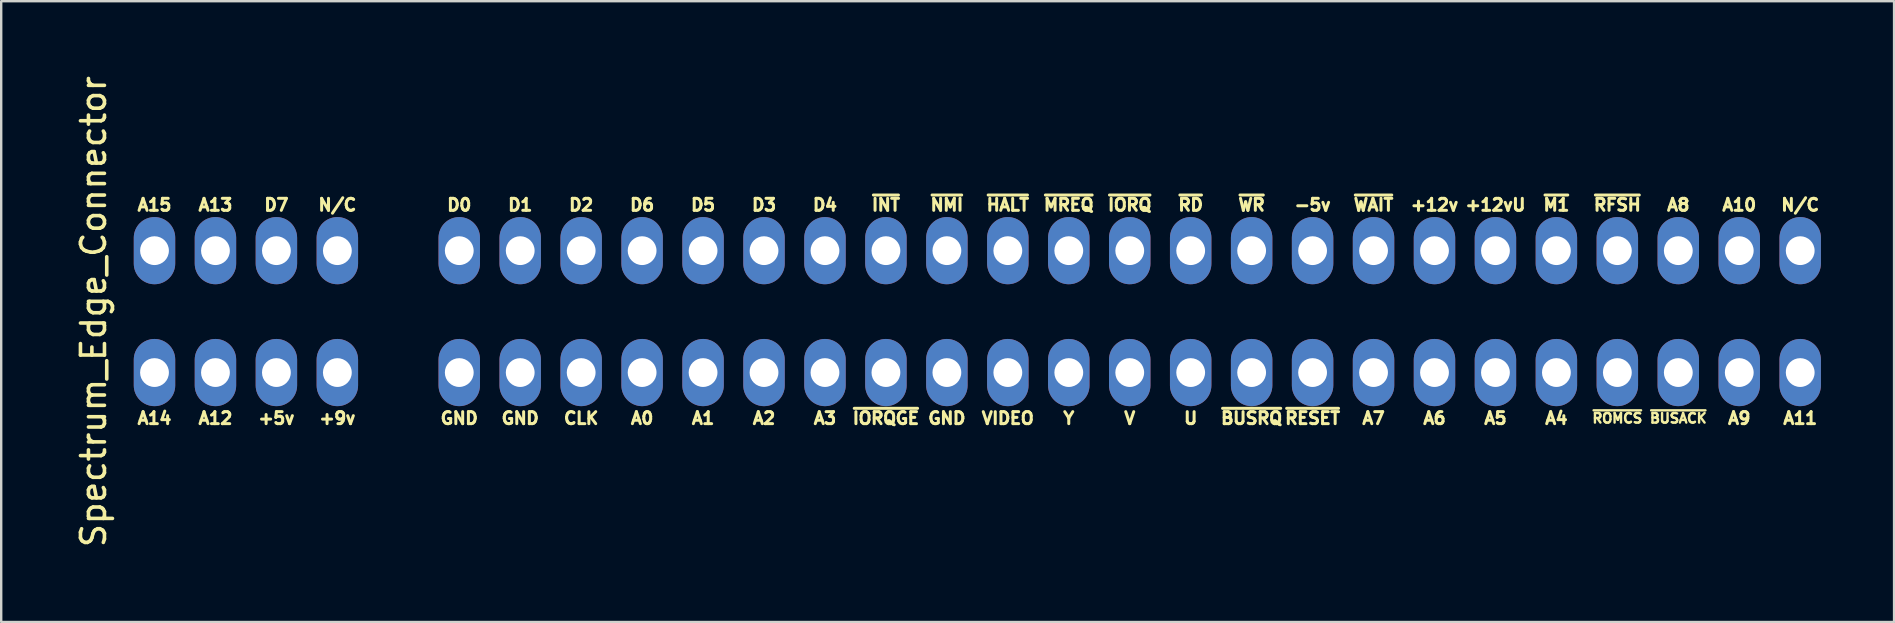
<source format=kicad_pcb>
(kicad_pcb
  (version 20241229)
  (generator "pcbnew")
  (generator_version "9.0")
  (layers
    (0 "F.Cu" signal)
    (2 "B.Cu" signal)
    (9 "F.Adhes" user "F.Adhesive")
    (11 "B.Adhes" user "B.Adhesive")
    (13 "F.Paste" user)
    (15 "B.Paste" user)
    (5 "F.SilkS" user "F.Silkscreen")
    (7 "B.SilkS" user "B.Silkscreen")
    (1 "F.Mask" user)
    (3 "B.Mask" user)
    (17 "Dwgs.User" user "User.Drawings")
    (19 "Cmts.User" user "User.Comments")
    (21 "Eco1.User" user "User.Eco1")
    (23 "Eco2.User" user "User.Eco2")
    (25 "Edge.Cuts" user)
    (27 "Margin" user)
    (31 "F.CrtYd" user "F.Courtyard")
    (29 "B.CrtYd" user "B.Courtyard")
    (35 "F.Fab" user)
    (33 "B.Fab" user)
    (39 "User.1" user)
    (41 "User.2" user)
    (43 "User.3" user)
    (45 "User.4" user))
  (footprint "Spectrum_Edge_Connector"
    (layer "F.Cu")
    (at 36.408 9.935)
    (property "Reference" "Spectrum_Edge_Connector" (at -35.56 0 90) (layer "F.SilkS") (effects (font (size 1 1) (thickness 0.15))))
    (attr through_hole)
    (fp_text user "~{M1}" (at 25.4 -4.445 0) (layer "F.SilkS") (effects (font (size 0.5 0.5) (thickness 0.125))))
    (fp_text user "-5v" (at 15.24 -4.445 0) (layer "F.SilkS") (effects (font (size 0.5 0.5) (thickness 0.125))))
    (fp_text user "~{IORQ}" (at 7.62 -4.445 0) (layer "F.SilkS") (effects (font (size 0.5 0.5) (thickness 0.125))))
    (fp_text user "A10" (at 33.02 -4.445 0) (layer "F.SilkS") (effects (font (size 0.5 0.5) (thickness 0.125))))
    (fp_text user "~{BUSRQ}" (at 12.7 4.445 0) (layer "F.SilkS") (effects (font (size 0.5 0.5) (thickness 0.125))))
    (fp_text user "D3" (at -7.62 -4.445 0) (layer "F.SilkS") (effects (font (size 0.5 0.5) (thickness 0.125))))
    (fp_text user "N/C" (at -25.4 -4.445 0) (layer "F.SilkS") (effects (font (size 0.5 0.5) (thickness 0.125))))
    (fp_text user "D1" (at -17.78 -4.445 0) (layer "F.SilkS") (effects (font (size 0.5 0.5) (thickness 0.125))))
    (fp_text user "VIDEO" (at 2.54 4.445 0) (layer "F.SilkS") (effects (font (size 0.5 0.5) (thickness 0.125))))
    (fp_text user "D4" (at -5.08 -4.445 0) (layer "F.SilkS") (effects (font (size 0.5 0.5) (thickness 0.125))))
    (fp_text user "+9v" (at -25.4 4.445 0) (layer "F.SilkS") (effects (font (size 0.5 0.5) (thickness 0.125))))
    (fp_text user "D7" (at -27.94 -4.445 0) (layer "F.SilkS") (effects (font (size 0.5 0.5) (thickness 0.125))))
    (fp_text user "~{RD}" (at 10.16 -4.445 0) (layer "F.SilkS") (effects (font (size 0.5 0.5) (thickness 0.125))))
    (fp_text user "~{RESET}" (at 15.24 4.445 0) (layer "F.SilkS") (effects (font (size 0.5 0.5) (thickness 0.125))))
    (fp_text user "~{IORQGE}" (at -2.54 4.445 0) (layer "F.SilkS") (effects (font (size 0.5 0.5) (thickness 0.125))))
    (fp_text user "~{WAIT}" (at 17.78 -4.445 0) (layer "F.SilkS") (effects (font (size 0.5 0.5) (thickness 0.125))))
    (fp_text user "~{RFSH}" (at 27.94 -4.445 0) (layer "F.SilkS") (effects (font (size 0.5 0.5) (thickness 0.125))))
    (fp_text user "GND" (at -17.78 4.445 0) (layer "F.SilkS") (effects (font (size 0.5 0.5) (thickness 0.125))))
    (fp_text user "A4" (at 25.4 4.445 0) (layer "F.SilkS") (effects (font (size 0.5 0.5) (thickness 0.125))))
    (fp_text user "A0" (at -12.7 4.445 0) (layer "F.SilkS") (effects (font (size 0.5 0.5) (thickness 0.125))))
    (fp_text user "A2" (at -7.62 4.445 0) (layer "F.SilkS") (effects (font (size 0.5 0.5) (thickness 0.125))))
    (fp_text user "~{MREQ}" (at 5.08 -4.445 0) (layer "F.SilkS") (effects (font (size 0.5 0.5) (thickness 0.125))))
    (fp_text user "~{NMI}" (at 0 -4.445 0) (layer "F.SilkS") (effects (font (size 0.5 0.5) (thickness 0.125))))
    (fp_text user "D5" (at -10.16 -4.445 0) (layer "F.SilkS") (effects (font (size 0.5 0.5) (thickness 0.125))))
    (fp_text user "N/C" (at 35.56 -4.445 0) (layer "F.SilkS") (effects (font (size 0.5 0.5) (thickness 0.125))))
    (fp_text user "~{BUSACK}" (at 30.48 4.445 0) (layer "F.SilkS") (effects (font (size 0.4 0.4) (thickness 0.1))))
    (fp_text user "~{HALT}" (at 2.54 -4.445 0) (layer "F.SilkS") (effects (font (size 0.5 0.5) (thickness 0.125))))
    (fp_text user "+5v" (at -27.94 4.445 0) (layer "F.SilkS") (effects (font (size 0.5 0.5) (thickness 0.125))))
    (fp_text user "Y" (at 5.08 4.445 0) (layer "F.SilkS") (effects (font (size 0.5 0.5) (thickness 0.125))))
    (fp_text user "A3" (at -5.08 4.445 0) (layer "F.SilkS") (effects (font (size 0.5 0.5) (thickness 0.125))))
    (fp_text user "A5" (at 22.86 4.445 0) (layer "F.SilkS") (effects (font (size 0.5 0.5) (thickness 0.125))))
    (fp_text user "~{INT}" (at -2.54 -4.445 0) (layer "F.SilkS") (effects (font (size 0.5 0.5) (thickness 0.125))))
    (fp_text user "D6" (at -12.7 -4.445 0) (layer "F.SilkS") (effects (font (size 0.5 0.5) (thickness 0.125))))
    (fp_text user "A12" (at -30.48 4.445 0) (layer "F.SilkS") (effects (font (size 0.5 0.5) (thickness 0.125))))
    (fp_text user "GND" (at -20.32 4.445 0) (layer "F.SilkS") (effects (font (size 0.5 0.5) (thickness 0.125))))
    (fp_text user "+12v" (at 20.32 -4.445 0) (layer "F.SilkS") (effects (font (size 0.5 0.5) (thickness 0.125))))
    (fp_text user "+12vU" (at 22.86 -4.445 0) (layer "F.SilkS") (effects (font (size 0.5 0.5) (thickness 0.125))))
    (fp_text user "A7" (at 17.78 4.445 0) (layer "F.SilkS") (effects (font (size 0.5 0.5) (thickness 0.125))))
    (fp_text user "CLK" (at -15.24 4.445 0) (layer "F.SilkS") (effects (font (size 0.5 0.5) (thickness 0.125))))
    (fp_text user "~{WR}" (at 12.7 -4.445 0) (layer "F.SilkS") (effects (font (size 0.5 0.5) (thickness 0.125))))
    (fp_text user "V" (at 7.62 4.445 0) (layer "F.SilkS") (effects (font (size 0.5 0.5) (thickness 0.125))))
    (fp_text user "GND" (at 0 4.445 0) (layer "F.SilkS") (effects (font (size 0.5 0.5) (thickness 0.125))))
    (fp_text user "A11" (at 35.56 4.445 0) (layer "F.SilkS") (effects (font (size 0.5 0.5) (thickness 0.125))))
    (fp_text user "A8" (at 30.48 -4.445 0) (layer "F.SilkS") (effects (font (size 0.5 0.5) (thickness 0.125))))
    (fp_text user "U" (at 10.16 4.445 0) (layer "F.SilkS") (effects (font (size 0.5 0.5) (thickness 0.125))))
    (fp_text user "A13" (at -30.48 -4.445 0) (layer "F.SilkS") (effects (font (size 0.5 0.5) (thickness 0.125))))
    (fp_text user "A15" (at -33.02 -4.445 0) (layer "F.SilkS") (effects (font (size 0.5 0.5) (thickness 0.125))))
    (fp_text user "A14" (at -33.02 4.445 0) (layer "F.SilkS") (effects (font (size 0.5 0.5) (thickness 0.125))))
    (fp_text user "D0" (at -20.32 -4.445 0) (layer "F.SilkS") (effects (font (size 0.5 0.5) (thickness 0.125))))
    (fp_text user "A1" (at -10.16 4.445 0) (layer "F.SilkS") (effects (font (size 0.5 0.5) (thickness 0.125))))
    (fp_text user "~{ROMCS}" (at 27.94 4.445 0) (layer "F.SilkS") (effects (font (size 0.4 0.4) (thickness 0.1))))
    (fp_text user "A6" (at 20.32 4.445 0) (layer "F.SilkS") (effects (font (size 0.5 0.5) (thickness 0.125))))
    (fp_text user "D2" (at -15.24 -4.445 0) (layer "F.SilkS") (effects (font (size 0.5 0.5) (thickness 0.125))))
    (fp_text user "A9" (at 33.02 4.445 0) (layer "F.SilkS") (effects (font (size 0.5 0.5) (thickness 0.125))))
    (pad "1A" thru_hole oval (at -33.02 -2.54) (size 1.727 2.8) (drill 1.2) (layers "*.Cu" "*.Mask"))
    (pad "1B" thru_hole oval (at -33.02 2.54) (size 1.727 2.8) (drill 1.2) (layers "*.Cu" "*.Mask"))
    (pad "2A" thru_hole oval (at -30.48 -2.54) (size 1.727 2.8) (drill 1.2) (layers "*.Cu" "*.Mask"))
    (pad "2B" thru_hole oval (at -30.48 2.54) (size 1.727 2.8) (drill 1.2) (layers "*.Cu" "*.Mask"))
    (pad "3A" thru_hole oval (at -27.94 -2.54) (size 1.727 2.8) (drill 1.2) (layers "*.Cu" "*.Mask"))
    (pad "3B" thru_hole oval (at -27.94 2.54) (size 1.727 2.8) (drill 1.2) (layers "*.Cu" "*.Mask"))
    (pad "4A" thru_hole oval (at -25.4 -2.54) (size 1.727 2.8) (drill 1.2) (layers "*.Cu" "*.Mask"))
    (pad "4B" thru_hole oval (at -25.4 2.54) (size 1.727 2.8) (drill 1.2) (layers "*.Cu" "*.Mask"))
    (pad "6A" thru_hole oval (at -20.32 -2.54) (size 1.727 2.8) (drill 1.2) (layers "*.Cu" "*.Mask"))
    (pad "6B" thru_hole oval (at -20.32 2.54) (size 1.727 2.8) (drill 1.2) (layers "*.Cu" "*.Mask"))
    (pad "7A" thru_hole oval (at -17.78 -2.54) (size 1.727 2.8) (drill 1.2) (layers "*.Cu" "*.Mask"))
    (pad "7B" thru_hole oval (at -17.78 2.54) (size 1.727 2.8) (drill 1.2) (layers "*.Cu" "*.Mask"))
    (pad "8A" thru_hole oval (at -15.24 -2.54) (size 1.727 2.8) (drill 1.2) (layers "*.Cu" "*.Mask"))
    (pad "8B" thru_hole oval (at -15.24 2.54) (size 1.727 2.8) (drill 1.2) (layers "*.Cu" "*.Mask"))
    (pad "9A" thru_hole oval (at -12.7 -2.54) (size 1.727 2.8) (drill 1.2) (layers "*.Cu" "*.Mask"))
    (pad "9B" thru_hole oval (at -12.7 2.54) (size 1.727 2.8) (drill 1.2) (layers "*.Cu" "*.Mask"))
    (pad "10A" thru_hole oval (at -10.16 -2.54) (size 1.727 2.8) (drill 1.2) (layers "*.Cu" "*.Mask"))
    (pad "10B" thru_hole oval (at -10.16 2.54) (size 1.727 2.8) (drill 1.2) (layers "*.Cu" "*.Mask"))
    (pad "11A" thru_hole oval (at -7.62 -2.54) (size 1.727 2.8) (drill 1.2) (layers "*.Cu" "*.Mask"))
    (pad "11B" thru_hole oval (at -7.62 2.54) (size 1.727 2.8) (drill 1.2) (layers "*.Cu" "*.Mask"))
    (pad "12A" thru_hole oval (at -5.08 -2.54) (size 1.727 2.8) (drill 1.2) (layers "*.Cu" "*.Mask"))
    (pad "12B" thru_hole oval (at -5.08 2.54) (size 1.727 2.8) (drill 1.2) (layers "*.Cu" "*.Mask"))
    (pad "13A" thru_hole oval (at -2.54 -2.54) (size 1.727 2.8) (drill 1.2) (layers "*.Cu" "*.Mask"))
    (pad "13B" thru_hole oval (at -2.54 2.54) (size 1.727 2.8) (drill 1.2) (layers "*.Cu" "*.Mask"))
    (pad "14A" thru_hole oval (at 0 -2.54) (size 1.727 2.8) (drill 1.2) (layers "*.Cu" "*.Mask"))
    (pad "14B" thru_hole oval (at 0 2.54) (size 1.727 2.8) (drill 1.2) (layers "*.Cu" "*.Mask"))
    (pad "15A" thru_hole oval (at 2.54 -2.54) (size 1.727 2.8) (drill 1.2) (layers "*.Cu" "*.Mask"))
    (pad "15B" thru_hole oval (at 2.54 2.54) (size 1.727 2.8) (drill 1.2) (layers "*.Cu" "*.Mask"))
    (pad "16A" thru_hole oval (at 5.08 -2.54) (size 1.727 2.8) (drill 1.2) (layers "*.Cu" "*.Mask"))
    (pad "16B" thru_hole oval (at 5.08 2.54) (size 1.727 2.8) (drill 1.2) (layers "*.Cu" "*.Mask"))
    (pad "17A" thru_hole oval (at 7.62 -2.54) (size 1.727 2.8) (drill 1.2) (layers "*.Cu" "*.Mask"))
    (pad "17B" thru_hole oval (at 7.62 2.54) (size 1.727 2.8) (drill 1.2) (layers "*.Cu" "*.Mask"))
    (pad "18A" thru_hole oval (at 10.16 -2.54) (size 1.727 2.8) (drill 1.2) (layers "*.Cu" "*.Mask"))
    (pad "18B" thru_hole oval (at 10.16 2.54) (size 1.727 2.8) (drill 1.2) (layers "*.Cu" "*.Mask"))
    (pad "19A" thru_hole oval (at 12.7 -2.54) (size 1.727 2.8) (drill 1.2) (layers "*.Cu" "*.Mask"))
    (pad "19B" thru_hole oval (at 12.7 2.54) (size 1.727 2.8) (drill 1.2) (layers "*.Cu" "*.Mask"))
    (pad "20A" thru_hole oval (at 15.24 -2.54) (size 1.727 2.8) (drill 1.2) (layers "*.Cu" "*.Mask"))
    (pad "20B" thru_hole oval (at 15.24 2.54) (size 1.727 2.8) (drill 1.2) (layers "*.Cu" "*.Mask"))
    (pad "21A" thru_hole oval (at 17.78 -2.54) (size 1.727 2.8) (drill 1.2) (layers "*.Cu" "*.Mask"))
    (pad "21B" thru_hole oval (at 17.78 2.54) (size 1.727 2.8) (drill 1.2) (layers "*.Cu" "*.Mask"))
    (pad "22A" thru_hole oval (at 20.32 -2.54) (size 1.727 2.8) (drill 1.2) (layers "*.Cu" "*.Mask"))
    (pad "22B" thru_hole oval (at 20.32 2.54) (size 1.727 2.8) (drill 1.2) (layers "*.Cu" "*.Mask"))
    (pad "23A" thru_hole oval (at 22.86 -2.54) (size 1.727 2.8) (drill 1.2) (layers "*.Cu" "*.Mask"))
    (pad "23B" thru_hole oval (at 22.86 2.54) (size 1.727 2.8) (drill 1.2) (layers "*.Cu" "*.Mask"))
    (pad "24A" thru_hole oval (at 25.4 -2.54) (size 1.727 2.8) (drill 1.2) (layers "*.Cu" "*.Mask"))
    (pad "24B" thru_hole oval (at 25.4 2.54) (size 1.727 2.8) (drill 1.2) (layers "*.Cu" "*.Mask"))
    (pad "25A" thru_hole oval (at 27.94 -2.54) (size 1.727 2.8) (drill 1.2) (layers "*.Cu" "*.Mask"))
    (pad "25B" thru_hole oval (at 27.94 2.54) (size 1.727 2.8) (drill 1.2) (layers "*.Cu" "*.Mask"))
    (pad "26A" thru_hole oval (at 30.48 -2.54) (size 1.727 2.8) (drill 1.2) (layers "*.Cu" "*.Mask"))
    (pad "26B" thru_hole oval (at 30.48 2.54) (size 1.727 2.8) (drill 1.2) (layers "*.Cu" "*.Mask"))
    (pad "27A" thru_hole oval (at 33.02 -2.54) (size 1.727 2.8) (drill 1.2) (layers "*.Cu" "*.Mask"))
    (pad "27B" thru_hole oval (at 33.02 2.54) (size 1.727 2.8) (drill 1.2) (layers "*.Cu" "*.Mask"))
    (pad "28A" thru_hole oval (at 35.56 -2.54) (size 1.727 2.8) (drill 1.2) (layers "*.Cu" "*.Mask"))
    (pad "28B" thru_hole oval (at 35.56 2.54) (size 1.727 2.8) (drill 1.2) (layers "*.Cu" "*.Mask")))
  (gr_rect
    (start -3 -3)
    (end 75.88 22.869)
    (stroke (width 0.1) (type default))
    (fill no)
    (layer "Edge.Cuts")))
</source>
